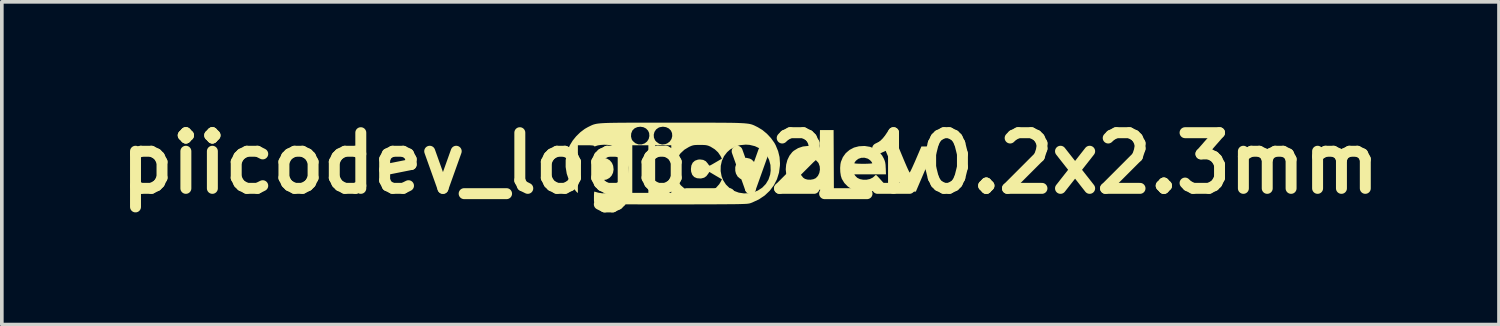
<source format=kicad_pcb>
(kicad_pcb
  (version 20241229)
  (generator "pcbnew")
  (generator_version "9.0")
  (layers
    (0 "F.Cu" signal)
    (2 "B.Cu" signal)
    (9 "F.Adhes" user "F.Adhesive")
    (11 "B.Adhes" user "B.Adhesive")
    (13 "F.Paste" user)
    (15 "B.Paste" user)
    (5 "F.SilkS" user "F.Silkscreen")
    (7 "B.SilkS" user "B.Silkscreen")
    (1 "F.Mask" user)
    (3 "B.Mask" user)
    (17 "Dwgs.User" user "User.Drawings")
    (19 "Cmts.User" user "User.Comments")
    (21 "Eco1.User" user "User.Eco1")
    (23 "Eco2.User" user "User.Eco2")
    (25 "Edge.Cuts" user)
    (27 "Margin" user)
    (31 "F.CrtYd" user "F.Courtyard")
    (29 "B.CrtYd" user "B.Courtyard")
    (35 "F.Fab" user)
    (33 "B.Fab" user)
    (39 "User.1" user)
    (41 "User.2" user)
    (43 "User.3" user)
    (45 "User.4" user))
  (footprint "piicodev_logo_v2_10.2x2.3mm"
    (layer "F.Cu")
    (at 17.497 1.418)
    (property "Reference" "piicodev_logo_v2_10.2x2.3mm" (at 0 0 0) (layer "F.SilkS") (effects (font (size 1.524 1.524) (thickness 0.3))))
    (attr through_hole)
    (fp_poly (pts (xy -3.927 -0.125) (xy -3.851 -0.079) (xy -3.792 -0.009) (xy -3.758 0.071) (xy -3.746 0.172) (xy -3.762 0.264) (xy -3.802 0.344) (xy -3.862 0.406) (xy -3.939 0.448) (xy -4.029 0.463) (xy -4.102 0.455) (xy -4.185 0.426) (xy -4.244 0.378) (xy -4.283 0.315) (xy -4.311 0.228) (xy -4.316 0.135) (xy -4.3 0.046) (xy -4.264 -0.032) (xy -4.212 -0.091) (xy -4.198 -0.1) (xy -4.106 -0.138) (xy -4.014 -0.146) (xy -3.927 -0.125)) (stroke (width 0) (type solid)) (fill yes) (layer "F.SilkS"))
    (fp_poly (pts (xy -0.017 -0.125) (xy 0.032 -0.1) (xy 0.088 -0.048) (xy 0.126 0.025) (xy 0.146 0.11) (xy 0.148 0.2) (xy 0.131 0.286) (xy 0.096 0.36) (xy 0.043 0.413) (xy -0.028 0.444) (xy -0.113 0.46) (xy -0.189 0.457) (xy -0.279 0.426) (xy -0.348 0.369) (xy -0.395 0.287) (xy -0.414 0.211) (xy -0.415 0.11) (xy -0.389 0.021) (xy -0.34 -0.052) (xy -0.274 -0.107) (xy -0.195 -0.139) (xy -0.108 -0.146) (xy -0.017 -0.125)) (stroke (width 0) (type solid)) (fill yes) (layer "F.SilkS"))
    (fp_poly (pts (xy 4.938 -0.456) (xy 4.998 -0.453) (xy 5.036 -0.449) (xy 5.047 -0.445) (xy 5.04 -0.427) (xy 5.022 -0.381) (xy 4.993 -0.311) (xy 4.955 -0.221) (xy 4.91 -0.113) (xy 4.858 0.009) (xy 4.802 0.142) (xy 4.789 0.174) (xy 4.53 0.779) (xy 4.181 0.779) (xy 4.158 0.724) (xy 4.146 0.696) (xy 4.122 0.64) (xy 4.088 0.562) (xy 4.047 0.464) (xy 3.998 0.351) (xy 3.945 0.227) (xy 3.896 0.113) (xy 3.841 -0.016) (xy 3.791 -0.134) (xy 3.746 -0.239) (xy 3.709 -0.326) (xy 3.681 -0.393) (xy 3.663 -0.436) (xy 3.658 -0.451) (xy 3.673 -0.453) (xy 3.716 -0.455) (xy 3.78 -0.455) (xy 3.855 -0.454) (xy 4.052 -0.449) (xy 4.199 -0.096) (xy 4.242 0.005) (xy 4.281 0.095) (xy 4.315 0.17) (xy 4.341 0.223) (xy 4.357 0.253) (xy 4.361 0.257) (xy 4.371 0.242) (xy 4.393 0.2) (xy 4.424 0.136) (xy 4.461 0.054) (xy 4.504 -0.042) (xy 4.529 -0.1) (xy 4.682 -0.457) (xy 4.864 -0.457) (xy 4.938 -0.456)) (stroke (width 0) (type solid)) (fill yes) (layer "F.SilkS"))
    (fp_poly (pts (xy 2.282 -0.064) (xy 2.286 0.779) (xy 2.1 0.779) (xy 2.018 0.779) (xy 1.965 0.777) (xy 1.933 0.772) (xy 1.918 0.764) (xy 1.914 0.751) (xy 1.913 0.746) (xy 1.912 0.728) (xy 1.902 0.722) (xy 1.875 0.731) (xy 1.833 0.749) (xy 1.739 0.778) (xy 1.628 0.791) (xy 1.512 0.789) (xy 1.405 0.77) (xy 1.383 0.764) (xy 1.264 0.713) (xy 1.168 0.645) (xy 1.09 0.554) (xy 1.024 0.436) (xy 1.022 0.431) (xy 0.982 0.307) (xy 0.968 0.174) (xy 0.969 0.153) (xy 1.345 0.153) (xy 1.356 0.244) (xy 1.39 0.328) (xy 1.444 0.396) (xy 1.494 0.43) (xy 1.563 0.45) (xy 1.645 0.453) (xy 1.726 0.439) (xy 1.79 0.41) (xy 1.848 0.349) (xy 1.887 0.269) (xy 1.904 0.178) (xy 1.898 0.087) (xy 1.868 0.003) (xy 1.858 -0.014) (xy 1.798 -0.078) (xy 1.721 -0.119) (xy 1.637 -0.135) (xy 1.551 -0.128) (xy 1.473 -0.096) (xy 1.408 -0.039) (xy 1.395 -0.022) (xy 1.357 0.061) (xy 1.345 0.153) (xy 0.969 0.153) (xy 0.979 0.04) (xy 1.013 -0.089) (xy 1.07 -0.206) (xy 1.147 -0.305) (xy 1.186 -0.339) (xy 1.305 -0.412) (xy 1.438 -0.457) (xy 1.58 -0.472) (xy 1.726 -0.458) (xy 1.871 -0.414) (xy 1.875 -0.413) (xy 1.883 -0.418) (xy 1.89 -0.443) (xy 1.895 -0.492) (xy 1.898 -0.569) (xy 1.9 -0.655) (xy 1.905 -0.906) (xy 2.278 -0.906) (xy 2.282 -0.064)) (stroke (width 0) (type solid)) (fill yes) (layer "F.SilkS"))
    (fp_poly (pts (xy 3.13 -0.471) (xy 3.277 -0.447) (xy 3.406 -0.395) (xy 3.516 -0.317) (xy 3.605 -0.212) (xy 3.652 -0.127) (xy 3.676 -0.07) (xy 3.692 -0.015) (xy 3.701 0.049) (xy 3.705 0.134) (xy 3.706 0.14) (xy 3.712 0.305) (xy 2.844 0.305) (xy 2.871 0.346) (xy 2.926 0.401) (xy 3.001 0.437) (xy 3.089 0.454) (xy 3.182 0.453) (xy 3.271 0.434) (xy 3.35 0.395) (xy 3.394 0.357) (xy 3.421 0.331) (xy 3.438 0.322) (xy 3.454 0.334) (xy 3.487 0.366) (xy 3.53 0.412) (xy 3.558 0.443) (xy 3.665 0.563) (xy 3.585 0.636) (xy 3.522 0.684) (xy 3.45 0.727) (xy 3.407 0.747) (xy 3.31 0.773) (xy 3.195 0.788) (xy 3.076 0.791) (xy 2.965 0.781) (xy 2.913 0.77) (xy 2.783 0.718) (xy 2.668 0.64) (xy 2.572 0.542) (xy 2.503 0.429) (xy 2.502 0.426) (xy 2.476 0.344) (xy 2.461 0.242) (xy 2.457 0.133) (xy 2.465 0.029) (xy 2.47 0.002) (xy 2.845 0.002) (xy 2.861 0.007) (xy 2.905 0.012) (xy 2.97 0.015) (xy 3.052 0.017) (xy 3.09 0.017) (xy 3.177 0.016) (xy 3.25 0.013) (xy 3.304 0.009) (xy 3.333 0.005) (xy 3.336 0.002) (xy 3.323 -0.029) (xy 3.29 -0.068) (xy 3.246 -0.104) (xy 3.211 -0.125) (xy 3.125 -0.149) (xy 3.037 -0.147) (xy 2.955 -0.119) (xy 2.889 -0.068) (xy 2.882 -0.059) (xy 2.857 -0.024) (xy 2.845 0.001) (xy 2.845 0.002) (xy 2.47 0.002) (xy 2.478 -0.036) (xy 2.532 -0.166) (xy 2.612 -0.276) (xy 2.714 -0.363) (xy 2.835 -0.427) (xy 2.972 -0.463) (xy 3.121 -0.471) (xy 3.13 -0.471)) (stroke (width 0) (type solid)) (fill yes) (layer "F.SilkS"))
    (fp_poly (pts (xy -2.577 -1.109) (xy -2.286 -1.109) (xy -2.134 -1.109) (xy -1.826 -1.109) (xy -1.549 -1.109) (xy -1.303 -1.109) (xy -1.085 -1.109) (xy -0.893 -1.108) (xy -0.725 -1.107) (xy -0.58 -1.106) (xy -0.454 -1.104) (xy -0.347 -1.101) (xy -0.256 -1.097) (xy -0.179 -1.093) (xy -0.115 -1.087) (xy -0.062 -1.081) (xy -0.016 -1.073) (xy 0.022 -1.064) (xy 0.056 -1.053) (xy 0.087 -1.041) (xy 0.118 -1.027) (xy 0.149 -1.011) (xy 0.184 -0.994) (xy 0.2 -0.986) (xy 0.328 -0.909) (xy 0.452 -0.806) (xy 0.564 -0.686) (xy 0.656 -0.557) (xy 0.692 -0.491) (xy 0.759 -0.328) (xy 0.798 -0.167) (xy 0.81 0.002) (xy 0.808 0.068) (xy 0.783 0.26) (xy 0.727 0.44) (xy 0.642 0.605) (xy 0.53 0.754) (xy 0.393 0.884) (xy 0.232 0.992) (xy 0.049 1.077) (xy 0 1.095) (xy -0.016 1.099) (xy -0.033 1.104) (xy -0.055 1.107) (xy -0.084 1.111) (xy -0.12 1.114) (xy -0.166 1.116) (xy -0.224 1.118) (xy -0.296 1.12) (xy -0.383 1.122) (xy -0.488 1.123) (xy -0.612 1.124) (xy -0.758 1.125) (xy -0.926 1.126) (xy -1.12 1.127) (xy -1.341 1.127) (xy -1.59 1.128) (xy -1.87 1.128) (xy -2.074 1.129) (xy -2.332 1.129) (xy -2.581 1.129) (xy -2.82 1.128) (xy -3.046 1.128) (xy -3.256 1.127) (xy -3.449 1.126) (xy -3.623 1.125) (xy -3.775 1.124) (xy -3.903 1.123) (xy -4.005 1.121) (xy -4.079 1.119) (xy -4.122 1.117) (xy -4.132 1.116) (xy -4.203 1.103) (xy -4.248 1.091) (xy -4.272 1.073) (xy -4.283 1.042) (xy -4.284 0.99) (xy -4.284 0.931) (xy -4.283 0.864) (xy -4.28 0.812) (xy -4.276 0.783) (xy -4.274 0.779) (xy -4.254 0.783) (xy -4.211 0.795) (xy -4.169 0.807) (xy -4.058 0.825) (xy -3.934 0.823) (xy -3.808 0.801) (xy -3.739 0.78) (xy -3.623 0.718) (xy -3.522 0.63) (xy -3.44 0.52) (xy -3.381 0.392) (xy -3.351 0.276) (xy -3.342 0.125) (xy -3.362 -0.018) (xy -3.41 -0.15) (xy -3.484 -0.267) (xy -3.581 -0.365) (xy -3.699 -0.44) (xy -3.835 -0.49) (xy -3.841 -0.491) (xy -3.234 -0.491) (xy -3.234 0.813) (xy -2.794 0.813) (xy -2.794 -0.491) (xy -2.608 -0.491) (xy -2.608 0.813) (xy -2.167 0.813) (xy -2.167 0.099) (xy -2.075 0.099) (xy -2.074 0.233) (xy -2.045 0.367) (xy -1.986 0.495) (xy -1.905 0.607) (xy -1.8 0.698) (xy -1.676 0.767) (xy -1.538 0.811) (xy -1.393 0.829) (xy -1.248 0.818) (xy -1.189 0.806) (xy -1.056 0.754) (xy -0.943 0.676) (xy -0.852 0.575) (xy -0.813 0.508) (xy -0.779 0.442) (xy -0.952 0.341) (xy -1.124 0.239) (xy -1.153 0.285) (xy -1.206 0.355) (xy -1.266 0.397) (xy -1.342 0.417) (xy -1.368 0.419) (xy -1.463 0.412) (xy -1.539 0.379) (xy -1.592 0.32) (xy -1.622 0.237) (xy -1.624 0.216) (xy -0.815 0.216) (xy -0.789 0.357) (xy -0.747 0.465) (xy -0.67 0.585) (xy -0.569 0.683) (xy -0.45 0.758) (xy -0.317 0.807) (xy -0.173 0.828) (xy -0.022 0.82) (xy 0.06 0.804) (xy 0.201 0.751) (xy 0.323 0.672) (xy 0.421 0.571) (xy 0.495 0.449) (xy 0.541 0.311) (xy 0.555 0.202) (xy 0.549 0.05) (xy 0.512 -0.09) (xy 0.449 -0.214) (xy 0.361 -0.32) (xy 0.252 -0.405) (xy 0.123 -0.466) (xy -0.022 -0.501) (xy -0.128 -0.508) (xy -0.285 -0.493) (xy -0.429 -0.448) (xy -0.557 -0.373) (xy -0.638 -0.301) (xy -0.723 -0.191) (xy -0.781 -0.064) (xy -0.812 0.074) (xy -0.815 0.216) (xy -1.624 0.216) (xy -1.629 0.162) (xy -1.617 0.064) (xy -1.58 -0.014) (xy -1.519 -0.068) (xy -1.437 -0.097) (xy -1.383 -0.102) (xy -1.292 -0.09) (xy -1.221 -0.053) (xy -1.169 0.008) (xy -1.143 0.045) (xy -1.122 0.066) (xy -1.118 0.068) (xy -1.099 0.06) (xy -1.057 0.038) (xy -1 0.005) (xy -0.943 -0.028) (xy -0.781 -0.123) (xy -0.821 -0.202) (xy -0.886 -0.297) (xy -0.977 -0.381) (xy -1.087 -0.449) (xy -1.099 -0.455) (xy -1.145 -0.475) (xy -1.188 -0.488) (xy -1.237 -0.496) (xy -1.302 -0.499) (xy -1.38 -0.5) (xy -1.465 -0.499) (xy -1.525 -0.496) (xy -1.572 -0.488) (xy -1.616 -0.474) (xy -1.666 -0.452) (xy -1.68 -0.446) (xy -1.809 -0.368) (xy -1.914 -0.27) (xy -1.994 -0.157) (xy -2.047 -0.033) (xy -2.075 0.099) (xy -2.167 0.099) (xy -2.167 -0.491) (xy -2.608 -0.491) (xy -2.794 -0.491) (xy -3.234 -0.491) (xy -3.841 -0.491) (xy -3.842 -0.491) (xy -3.918 -0.502) (xy -4.008 -0.505) (xy -4.098 -0.499) (xy -4.177 -0.487) (xy -4.224 -0.472) (xy -4.26 -0.459) (xy -4.277 -0.464) (xy -4.28 -0.47) (xy -4.294 -0.48) (xy -4.331 -0.486) (xy -4.395 -0.49) (xy -4.489 -0.491) (xy -4.506 -0.491) (xy -4.724 -0.491) (xy -4.724 0.818) (xy -4.76 0.786) (xy -4.785 0.757) (xy -4.822 0.709) (xy -4.864 0.651) (xy -4.876 0.633) (xy -4.968 0.466) (xy -5.029 0.288) (xy -5.059 0.104) (xy -5.058 -0.084) (xy -5.025 -0.271) (xy -4.961 -0.454) (xy -4.941 -0.496) (xy -4.866 -0.619) (xy -4.774 -0.732) (xy -3.269 -0.732) (xy -3.251 -0.655) (xy -3.222 -0.609) (xy -3.15 -0.546) (xy -3.066 -0.514) (xy -2.977 -0.514) (xy -2.893 -0.543) (xy -2.829 -0.594) (xy -2.785 -0.663) (xy -2.766 -0.744) (xy -2.769 -0.78) (xy -2.647 -0.78) (xy -2.642 -0.7) (xy -2.61 -0.626) (xy -2.578 -0.589) (xy -2.501 -0.533) (xy -2.418 -0.511) (xy -2.33 -0.521) (xy -2.275 -0.543) (xy -2.207 -0.593) (xy -2.161 -0.662) (xy -2.14 -0.741) (xy -2.146 -0.823) (xy -2.176 -0.892) (xy -2.233 -0.95) (xy -2.309 -0.986) (xy -2.395 -0.999) (xy -2.482 -0.985) (xy -2.515 -0.972) (xy -2.582 -0.924) (xy -2.627 -0.857) (xy -2.647 -0.78) (xy -2.769 -0.78) (xy -2.773 -0.826) (xy -2.803 -0.892) (xy -2.859 -0.95) (xy -2.932 -0.986) (xy -3.014 -0.998) (xy -3.095 -0.988) (xy -3.169 -0.956) (xy -3.227 -0.9) (xy -3.234 -0.889) (xy -3.264 -0.814) (xy -3.269 -0.732) (xy -4.774 -0.732) (xy -4.768 -0.739) (xy -4.655 -0.849) (xy -4.535 -0.939) (xy -4.453 -0.986) (xy -4.417 -1.004) (xy -4.384 -1.02) (xy -4.353 -1.035) (xy -4.323 -1.048) (xy -4.292 -1.059) (xy -4.256 -1.069) (xy -4.215 -1.078) (xy -4.167 -1.085) (xy -4.109 -1.091) (xy -4.039 -1.096) (xy -3.956 -1.1) (xy -3.858 -1.103) (xy -3.743 -1.105) (xy -3.608 -1.107) (xy -3.452 -1.108) (xy -3.273 -1.109) (xy -3.069 -1.109) (xy -2.838 -1.109) (xy -2.577 -1.109)) (stroke (width 0) (type solid)) (fill yes) (layer "F.SilkS")))
  (gr_rect
    (start -3 -3)
    (end 37.994 5.836)
    (stroke (width 0.1) (type default))
    (fill no)
    (layer "Edge.Cuts")))
</source>
